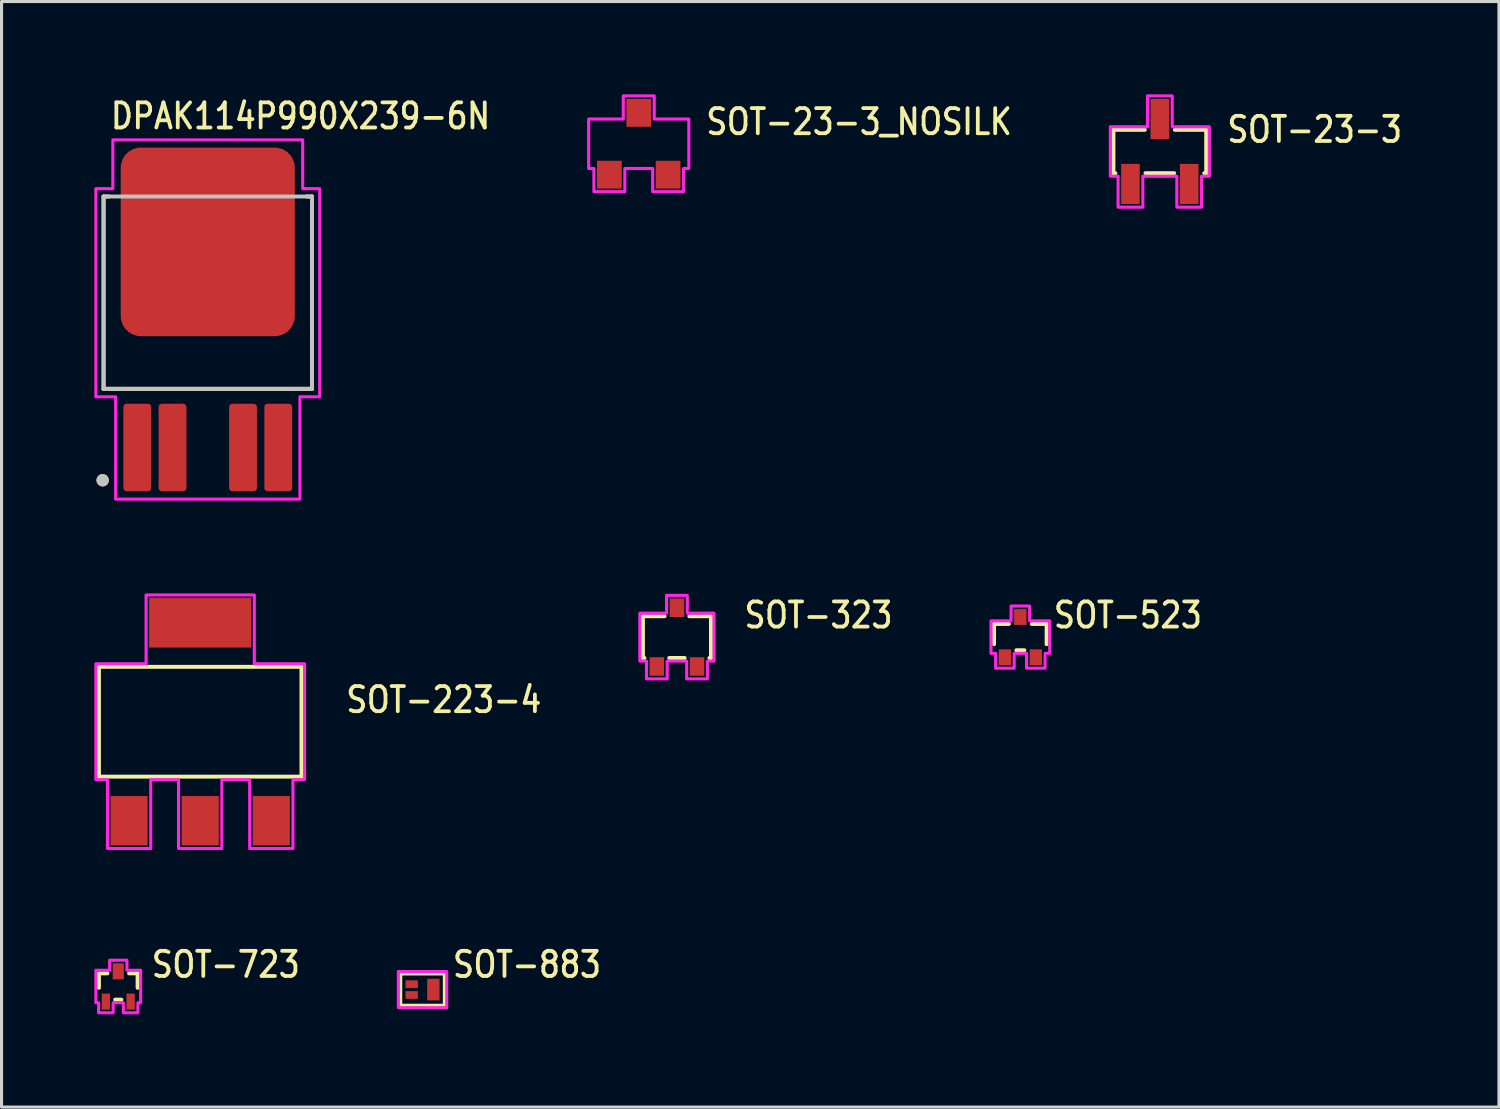
<source format=kicad_pcb>
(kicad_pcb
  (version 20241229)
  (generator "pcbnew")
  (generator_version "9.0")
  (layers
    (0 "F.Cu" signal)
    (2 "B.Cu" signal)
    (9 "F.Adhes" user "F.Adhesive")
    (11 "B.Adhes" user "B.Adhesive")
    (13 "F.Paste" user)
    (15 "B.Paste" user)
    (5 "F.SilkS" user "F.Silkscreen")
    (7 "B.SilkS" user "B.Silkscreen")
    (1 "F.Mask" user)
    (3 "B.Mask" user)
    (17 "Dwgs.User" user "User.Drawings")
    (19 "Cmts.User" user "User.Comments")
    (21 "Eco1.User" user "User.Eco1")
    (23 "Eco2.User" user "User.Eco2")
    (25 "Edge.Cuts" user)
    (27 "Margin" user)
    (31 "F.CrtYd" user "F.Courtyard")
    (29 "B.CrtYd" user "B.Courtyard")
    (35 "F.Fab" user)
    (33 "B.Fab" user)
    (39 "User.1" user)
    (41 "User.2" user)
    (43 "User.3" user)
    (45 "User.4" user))
  (footprint "SOT-723"
    (layer "F.Cu")
    (at 0.775 28.856)
    (property "Reference" "SOT-723" (at 1.015 -0.235 0) (unlocked yes) (layer "F.SilkS") (effects (font (size 0.813 0.695) (thickness 0.122)) (justify left bottom)))
    (fp_line (start -0.625 -0.425) (end -0.625 0.043) (stroke (width 0.127) (type solid)) (layer "F.SilkS"))
    (fp_line (start -0.35 -0.425) (end -0.625 -0.425) (stroke (width 0.127) (type solid)) (layer "F.SilkS"))
    (fp_line (start -0.1 0.425) (end 0.1 0.425) (stroke (width 0.127) (type solid)) (layer "F.SilkS"))
    (fp_line (start 0.35 -0.425) (end 0.625 -0.425) (stroke (width 0.127) (type solid)) (layer "F.SilkS"))
    (fp_line (start 0.625 -0.425) (end 0.625 0.043) (stroke (width 0.127) (type solid)) (layer "F.SilkS"))
    (fp_poly (pts (xy -0.28 -0.525) (xy -0.28 -0.85) (xy 0.28 -0.85) (xy 0.28 -0.525) (xy 0.725 -0.525) (xy 0.725 0.525) (xy 0.635 0.525) (xy 0.635 0.85) (xy 0.165 0.85) (xy 0.165 0.525) (xy -0.165 0.525) (xy -0.165 0.85) (xy -0.635 0.85) (xy -0.635 0.525) (xy -0.725 0.525) (xy -0.725 -0.525)) (stroke (width 0.1) (type solid)) (fill no) (layer "F.CrtYd"))
    (pad "1" smd rect (at -0.4 0.49) (size 0.27 0.52) (layers "F.Cu" "F.Mask" "F.Paste"))
    (pad "2" smd rect (at 0.4 0.49) (size 0.27 0.52) (layers "F.Cu" "F.Mask" "F.Paste"))
    (pad "3" smd rect (at 0 -0.49) (size 0.36 0.52) (layers "F.Cu" "F.Mask" "F.Paste")))
  (footprint "SOT-223-4"
    (layer "F.Cu")
    (at 3.425 20.293)
    (property "Reference" "SOT-223-4" (at 4.655 -0.235 0) (unlocked yes) (layer "F.SilkS") (effects (font (size 0.813 0.695) (thickness 0.122)) (justify left bottom)))
    (fp_line (start -3.275 -1.775) (end -3.275 1.775) (stroke (width 0.127) (type solid)) (layer "F.SilkS"))
    (fp_line (start -3.275 1.775) (end 3.275 1.775) (stroke (width 0.127) (type solid)) (layer "F.SilkS"))
    (fp_line (start 3.275 -1.775) (end -3.275 -1.775) (stroke (width 0.127) (type solid)) (layer "F.SilkS"))
    (fp_line (start 3.275 -1.775) (end 3.275 1.775) (stroke (width 0.127) (type solid)) (layer "F.SilkS"))
    (fp_poly (pts (xy -1.75 -1.875) (xy -1.75 -4.1) (xy 1.75 -4.1) (xy 1.75 -1.875) (xy 3.375 -1.875) (xy 3.375 1.875) (xy 3 1.875) (xy 3 4.1) (xy 1.6 4.1) (xy 1.6 1.875) (xy 0.7 1.875) (xy 0.7 4.1) (xy -0.7 4.1) (xy -0.7 1.875) (xy -1.6 1.875) (xy -1.6 4.1) (xy -3 4.1) (xy -3 1.875) (xy -3.375 1.875) (xy -3.375 -1.875)) (stroke (width 0.1) (type solid)) (fill no) (layer "F.CrtYd"))
    (pad "1" smd rect (at -2.3 3.2) (size 1.2 1.6) (layers "F.Cu" "F.Mask" "F.Paste"))
    (pad "2" smd rect (at 0 3.2) (size 1.2 1.6) (layers "F.Cu" "F.Mask" "F.Paste"))
    (pad "3" smd rect (at 2.3 3.2) (size 1.2 1.6) (layers "F.Cu" "F.Mask" "F.Paste"))
    (pad "4" smd rect (at 0 -3.2) (size 3.3 1.6) (layers "F.Cu" "F.Mask" "F.Paste")))
  (footprint "SOT-523"
    (layer "F.Cu")
    (at 29.951 17.556)
    (property "Reference" "SOT-523" (at 1.015 -0.235 0) (unlocked yes) (layer "F.SilkS") (effects (font (size 0.813 0.695) (thickness 0.122)) (justify left bottom)))
    (fp_line (start -0.85 -0.425) (end -0.85 0.23) (stroke (width 0.127) (type solid)) (layer "F.SilkS"))
    (fp_line (start -0.37 -0.425) (end -0.85 -0.425) (stroke (width 0.127) (type solid)) (layer "F.SilkS"))
    (fp_line (start -0.13 0.425) (end 0.13 0.425) (stroke (width 0.127) (type solid)) (layer "F.SilkS"))
    (fp_line (start 0.37 -0.425) (end 0.85 -0.425) (stroke (width 0.127) (type solid)) (layer "F.SilkS"))
    (fp_line (start 0.85 -0.425) (end 0.85 0.23) (stroke (width 0.127) (type solid)) (layer "F.SilkS"))
    (fp_poly (pts (xy -0.3 -0.525) (xy -0.3 -1.005) (xy 0.3 -1.005) (xy 0.3 -0.525) (xy 0.95 -0.525) (xy 0.95 0.525) (xy 0.8 0.525) (xy 0.8 1.005) (xy 0.2 1.005) (xy 0.2 0.525) (xy -0.2 0.525) (xy -0.2 1.005) (xy -0.8 1.005) (xy -0.8 0.525) (xy -0.95 0.525) (xy -0.95 -0.525)) (stroke (width 0.1) (type solid)) (fill no) (layer "F.CrtYd"))
    (pad "1" smd rect (at -0.5 0.65) (size 0.4 0.51) (layers "F.Cu" "F.Mask" "F.Paste"))
    (pad "2" smd rect (at 0.5 0.65) (size 0.4 0.51) (layers "F.Cu" "F.Mask" "F.Paste"))
    (pad "3" smd rect (at 0 -0.65) (size 0.4 0.51) (layers "F.Cu" "F.Mask" "F.Paste")))
  (footprint "SOT-323"
    (layer "F.Cu")
    (at 18.844 17.556)
    (property "Reference" "SOT-323" (at 2.115 -0.235 0) (unlocked yes) (layer "F.SilkS") (effects (font (size 0.813 0.695) (thickness 0.122)) (justify left bottom)))
    (fp_line (start -1.1 -0.675) (end -1.1 0.675) (stroke (width 0.127) (type solid)) (layer "F.SilkS"))
    (fp_line (start -1.1 0.675) (end -1.05 0.675) (stroke (width 0.127) (type solid)) (layer "F.SilkS"))
    (fp_line (start -0.4 -0.675) (end -1.1 -0.675) (stroke (width 0.127) (type solid)) (layer "F.SilkS"))
    (fp_line (start -0.25 0.675) (end 0.25 0.675) (stroke (width 0.127) (type solid)) (layer "F.SilkS"))
    (fp_line (start 0.4 -0.675) (end 1.1 -0.675) (stroke (width 0.127) (type solid)) (layer "F.SilkS"))
    (fp_line (start 1.05 0.675) (end 1.1 0.675) (stroke (width 0.127) (type solid)) (layer "F.SilkS"))
    (fp_line (start 1.1 -0.675) (end 1.1 0.675) (stroke (width 0.127) (type solid)) (layer "F.SilkS"))
    (fp_poly (pts (xy -0.335 -0.775) (xy -0.335 -1.35) (xy 0.335 -1.35) (xy 0.335 -0.775) (xy 1.2 -0.775) (xy 1.2 0.775) (xy 0.985 0.775) (xy 0.985 1.35) (xy 0.315 1.35) (xy 0.315 0.775) (xy -0.315 0.775) (xy -0.315 1.35) (xy -0.985 1.35) (xy -0.985 0.775) (xy -1.2 0.775) (xy -1.2 -0.775)) (stroke (width 0.1) (type solid)) (fill no) (layer "F.CrtYd"))
    (pad "1" smd rect (at -0.65 0.95) (size 0.47 0.6) (layers "F.Cu" "F.Mask" "F.Paste"))
    (pad "2" smd rect (at 0.65 0.95) (size 0.47 0.6) (layers "F.Cu" "F.Mask" "F.Paste"))
    (pad "3" smd rect (at 0 -0.95) (size 0.47 0.6) (layers "F.Cu" "F.Mask" "F.Paste")))
  (footprint "SOT-23-3"
    (layer "F.Cu")
    (at 34.462 1.85)
    (property "Reference" "SOT-23-3" (at 2.115 -0.235 0) (unlocked yes) (layer "F.SilkS") (effects (font (size 0.813 0.695) (thickness 0.122)) (justify left bottom)))
    (fp_line (start -1.5 -0.7) (end -1.5 0.7) (stroke (width 0.127) (type solid)) (layer "F.SilkS"))
    (fp_line (start -1.5 0.7) (end -1.437 0.7) (stroke (width 0.127) (type solid)) (layer "F.SilkS"))
    (fp_line (start -0.486 -0.7) (end -1.5 -0.7) (stroke (width 0.127) (type solid)) (layer "F.SilkS"))
    (fp_line (start -0.464 0.7) (end 0.464 0.7) (stroke (width 0.127) (type solid)) (layer "F.SilkS"))
    (fp_line (start 0.486 -0.7) (end 1.5 -0.7) (stroke (width 0.127) (type solid)) (layer "F.SilkS"))
    (fp_line (start 1.437 0.7) (end 1.5 0.7) (stroke (width 0.127) (type solid)) (layer "F.SilkS"))
    (fp_line (start 1.5 -0.7) (end 1.5 0.7) (stroke (width 0.127) (type solid)) (layer "F.SilkS"))
    (fp_poly (pts (xy -0.4 -0.8) (xy -0.4 -1.8) (xy 0.4 -1.8) (xy 0.4 -0.8) (xy 1.6 -0.8) (xy 1.6 0.8) (xy 1.35 0.8) (xy 1.35 1.8) (xy 0.55 1.8) (xy 0.55 0.8) (xy -0.55 0.8) (xy -0.55 1.8) (xy -1.35 1.8) (xy -1.35 0.8) (xy -1.6 0.8) (xy -1.6 -0.8)) (stroke (width 0.1) (type solid)) (fill no) (layer "F.CrtYd"))
    (pad "1" smd rect (at -0.95 1.05) (size 0.6 1.3) (layers "F.Cu" "F.Mask" "F.Paste"))
    (pad "2" smd rect (at 0.95 1.05) (size 0.6 1.3) (layers "F.Cu" "F.Mask" "F.Paste"))
    (pad "3" smd rect (at 0 -1.05) (size 0.6 1.3) (layers "F.Cu" "F.Mask" "F.Paste")))
  (footprint "SOT-883"
    (layer "F.Cu")
    (at 10.616 28.956)
    (property "Reference" "SOT-883" (at 0.915 -0.335 0) (unlocked yes) (layer "F.SilkS") (effects (font (size 0.813 0.695) (thickness 0.122)) (justify left bottom)))
    (fp_line (start -0.72 -0.52) (end -0.72 0.52) (stroke (width 0.127) (type solid)) (layer "F.SilkS"))
    (fp_line (start -0.72 0.52) (end 0.72 0.52) (stroke (width 0.127) (type solid)) (layer "F.SilkS"))
    (fp_line (start 0.72 -0.52) (end -0.72 -0.52) (stroke (width 0.127) (type solid)) (layer "F.SilkS"))
    (fp_line (start 0.72 -0.52) (end 0.72 0.52) (stroke (width 0.127) (type solid)) (layer "F.SilkS"))
    (fp_poly (pts (xy 0.783 -0.584) (xy 0.783 0.584) (xy -0.783 0.584) (xy -0.783 -0.584)) (stroke (width 0.1) (type solid)) (fill no) (layer "F.CrtYd"))
    (pad "1" smd rect (at -0.35 -0.175) (size 0.4 0.25) (layers "F.Cu" "F.Mask" "F.Paste"))
    (pad "2" smd rect (at -0.35 0.175) (size 0.4 0.25) (layers "F.Cu" "F.Mask" "F.Paste"))
    (pad "3" smd rect (at 0.35 0) (size 0.4 0.7) (layers "F.Cu" "F.Mask" "F.Paste")))
  (footprint "DPAK114P990X239-6N"
    (layer "F.Cu")
    (at 3.67 7.283)
    (property "Reference" "DPAK114P990X239-6N" (at -3.202 -6.104 0) (unlocked yes) (layer "F.SilkS") (effects (font (size 0.813 0.695) (thickness 0.122)) (justify left bottom)))
    (fp_line (start -3.37 -3.978) (end -3.37 2.243) (stroke (width 0.127) (type solid)) (layer "F.SilkS"))
    (fp_line (start -3.37 2.243) (end 3.37 2.243) (stroke (width 0.127) (type solid)) (layer "F.SilkS"))
    (fp_line (start -3.2 -3.978) (end -3.37 -3.978) (stroke (width 0.127) (type solid)) (layer "F.SilkS"))
    (fp_line (start 3.37 -3.978) (end 3.2 -3.978) (stroke (width 0.127) (type solid)) (layer "F.SilkS"))
    (fp_line (start 3.37 2.243) (end 3.37 -3.978) (stroke (width 0.127) (type solid)) (layer "F.SilkS"))
    (fp_circle (center -3.4 5.2) (end -3.3 5.2) (stroke (width 0.2) (type solid)) (fill no) (layer "F.SilkS"))
    (fp_rect (start -1.78 -0.58) (end 1.78 -4.44) (stroke (width 0.01) (type solid)) (fill yes) (layer "F.Paste"))
    (fp_line (start -3.37 -3.978) (end 3.37 -3.978) (stroke (width 0.127) (type solid)) (layer "Dwgs.User"))
    (fp_line (start -3.37 2.243) (end -3.37 -3.978) (stroke (width 0.127) (type solid)) (layer "Dwgs.User"))
    (fp_line (start 3.37 -3.978) (end 3.37 2.243) (stroke (width 0.127) (type solid)) (layer "Dwgs.User"))
    (fp_line (start 3.37 2.243) (end -3.37 2.243) (stroke (width 0.127) (type solid)) (layer "Dwgs.User"))
    (fp_circle (center -3.4 5.2) (end -3.3 5.2) (stroke (width 0.2) (type solid)) (fill no) (layer "Dwgs.User"))
    (fp_poly (pts (xy -2.98 2.5) (xy -3.62 2.5) (xy -3.62 -4.23) (xy -3.07 -4.23) (xy -3.07 -5.81) (xy 3.07 -5.81) (xy 3.07 -4.23) (xy 3.62 -4.23) (xy 3.62 2.5) (xy 2.98 2.5) (xy 2.98 5.81) (xy -2.98 5.81)) (stroke (width 0.1) (type solid)) (fill no) (layer "F.CrtYd"))
    (pad "1" smd roundrect (at -2.28 4.14 90) (size 2.83 0.9) (layers "F.Cu" "F.Mask" "F.Paste") (roundrect_rratio 0.115))
    (pad "2" smd roundrect (at -1.14 4.14 90) (size 2.83 0.9) (layers "F.Cu" "F.Mask" "F.Paste") (roundrect_rratio 0.115))
    (pad "4" smd roundrect (at 1.14 4.14 90) (size 2.83 0.9) (layers "F.Cu" "F.Mask" "F.Paste") (roundrect_rratio 0.115))
    (pad "5" smd roundrect (at 2.28 4.14 90) (size 2.83 0.9) (layers "F.Cu" "F.Mask" "F.Paste") (roundrect_rratio 0.115))
    (pad "6" smd roundrect (at 0 -2.51) (size 5.63 6.1) (layers "F.Cu" "F.Mask") (roundrect_rratio 0.115)))
  (footprint "SOT-23-3_NOSILK"
    (layer "F.Cu")
    (at 17.609 1.6)
    (property "Reference" "SOT-23-3_NOSILK" (at 2.115 -0.235 0) (unlocked yes) (layer "F.SilkS") (effects (font (size 0.813 0.695) (thickness 0.122)) (justify left bottom)))
    (fp_poly (pts (xy -0.5 -0.8) (xy -0.5 -1.55) (xy 0.5 -1.55) (xy 0.5 -0.8) (xy 1.62 -0.8) (xy 1.62 0.8) (xy 1.45 0.8) (xy 1.45 1.55) (xy 0.45 1.55) (xy 0.45 0.8) (xy -0.45 0.8) (xy -0.45 1.55) (xy -1.45 1.55) (xy -1.45 0.8) (xy -1.62 0.8) (xy -1.62 -0.8)) (stroke (width 0.1) (type solid)) (fill no) (layer "F.CrtYd"))
    (pad "1" smd rect (at -0.95 1) (size 0.8 0.9) (layers "F.Cu" "F.Mask" "F.Paste"))
    (pad "2" smd rect (at 0.95 1) (size 0.8 0.9) (layers "F.Cu" "F.Mask" "F.Paste"))
    (pad "3" smd rect (at 0 -1) (size 0.8 0.9) (layers "F.Cu" "F.Mask" "F.Paste")))
  (gr_rect
    (start -3 -3)
    (end 45.43 32.756)
    (stroke (width 0.1) (type default))
    (fill no)
    (layer "Edge.Cuts")))
</source>
